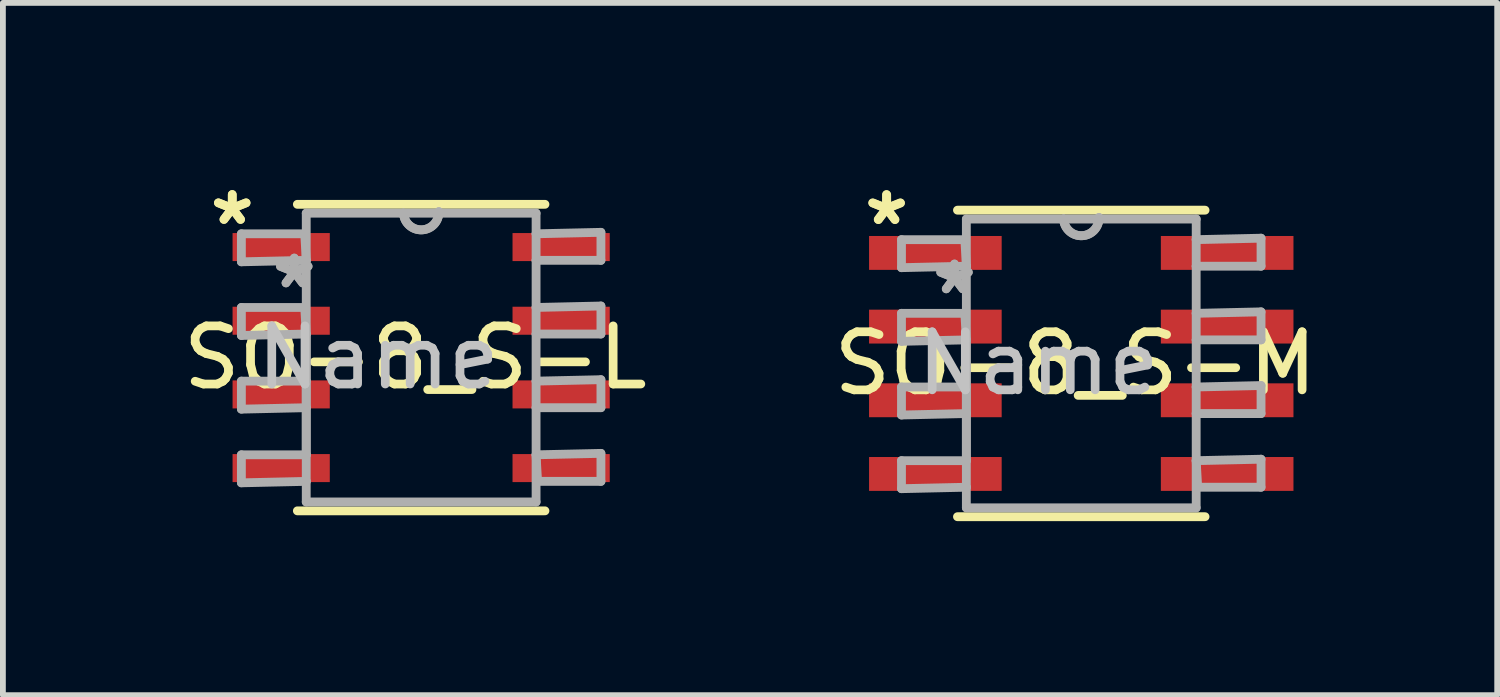
<source format=kicad_pcb>
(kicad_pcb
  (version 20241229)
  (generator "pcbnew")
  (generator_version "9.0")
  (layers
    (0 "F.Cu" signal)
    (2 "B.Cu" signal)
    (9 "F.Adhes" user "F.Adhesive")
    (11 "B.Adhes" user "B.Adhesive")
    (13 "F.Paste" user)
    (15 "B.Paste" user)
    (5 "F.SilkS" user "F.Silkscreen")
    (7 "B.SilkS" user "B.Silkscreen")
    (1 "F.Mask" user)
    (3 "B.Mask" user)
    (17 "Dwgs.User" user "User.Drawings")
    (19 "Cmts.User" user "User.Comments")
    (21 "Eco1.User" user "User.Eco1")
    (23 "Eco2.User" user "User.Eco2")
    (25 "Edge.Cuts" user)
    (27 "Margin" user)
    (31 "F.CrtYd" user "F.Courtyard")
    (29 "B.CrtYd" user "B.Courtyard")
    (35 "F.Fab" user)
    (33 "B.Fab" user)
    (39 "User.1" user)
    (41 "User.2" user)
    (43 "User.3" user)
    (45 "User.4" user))
  (footprint "SO-8_S-L"
    (layer "F.Cu")
    (at 4.21 3.114)
    (property "Reference" "SO-8_S-L" (at -0.102 -0.000001 0) (layer "F.SilkS") (effects (font (size 1.002 1.002) (thickness 0.15))))
    (attr smd)
    (fp_line (start -2.134 2.642) (end 2.134 2.642) (stroke (width 0.152) (type solid)) (layer "F.SilkS"))
    (fp_line (start 2.134 -2.642) (end -2.134 -2.642) (stroke (width 0.152) (type solid)) (layer "F.SilkS"))
    (fp_line (start -3.099 -2.134) (end -3.099 -1.651) (stroke (width 0.152) (type solid)) (layer "F.Fab"))
    (fp_line (start -3.099 -1.651) (end -1.981 -1.676) (stroke (width 0.152) (type solid)) (layer "F.Fab"))
    (fp_line (start -3.099 -0.864) (end -3.099 -0.381) (stroke (width 0.152) (type solid)) (layer "F.Fab"))
    (fp_line (start -3.099 -0.381) (end -1.981 -0.406) (stroke (width 0.152) (type solid)) (layer "F.Fab"))
    (fp_line (start -3.099 0.406) (end -3.099 0.889) (stroke (width 0.152) (type solid)) (layer "F.Fab"))
    (fp_line (start -3.099 0.889) (end -1.981 0.864) (stroke (width 0.152) (type solid)) (layer "F.Fab"))
    (fp_line (start -3.099 1.676) (end -3.099 2.159) (stroke (width 0.152) (type solid)) (layer "F.Fab"))
    (fp_line (start -3.099 2.159) (end -1.981 2.134) (stroke (width 0.152) (type solid)) (layer "F.Fab"))
    (fp_line (start -2.007 -2.134) (end -3.099 -2.134) (stroke (width 0.152) (type solid)) (layer "F.Fab"))
    (fp_line (start -2.007 -0.864) (end -3.099 -0.864) (stroke (width 0.152) (type solid)) (layer "F.Fab"))
    (fp_line (start -1.981 -2.489) (end -1.981 -1.676) (stroke (width 0.152) (type solid)) (layer "F.Fab"))
    (fp_line (start -1.981 -1.676) (end -2.007 -2.134) (stroke (width 0.152) (type solid)) (layer "F.Fab"))
    (fp_line (start -1.981 -1.676) (end -1.981 -0.406) (stroke (width 0.152) (type solid)) (layer "F.Fab"))
    (fp_line (start -1.981 -0.406) (end -2.007 -0.864) (stroke (width 0.152) (type solid)) (layer "F.Fab"))
    (fp_line (start -1.981 -0.406) (end -1.981 0.406) (stroke (width 0.152) (type solid)) (layer "F.Fab"))
    (fp_line (start -1.981 -0.406) (end -1.981 1.676) (stroke (width 0.152) (type solid)) (layer "F.Fab"))
    (fp_line (start -1.981 0.406) (end -3.099 0.406) (stroke (width 0.152) (type solid)) (layer "F.Fab"))
    (fp_line (start -1.981 0.864) (end -1.981 0.406) (stroke (width 0.152) (type solid)) (layer "F.Fab"))
    (fp_line (start -1.981 0.864) (end -1.981 1.676) (stroke (width 0.152) (type solid)) (layer "F.Fab"))
    (fp_line (start -1.981 1.676) (end -3.099 1.676) (stroke (width 0.152) (type solid)) (layer "F.Fab"))
    (fp_line (start -1.981 2.134) (end -1.981 1.676) (stroke (width 0.152) (type solid)) (layer "F.Fab"))
    (fp_line (start -1.981 2.134) (end -1.981 2.489) (stroke (width 0.152) (type solid)) (layer "F.Fab"))
    (fp_line (start -1.981 2.489) (end 1.981 2.489) (stroke (width 0.152) (type solid)) (layer "F.Fab"))
    (fp_line (start -0.305 -2.489) (end -1.981 -2.489) (stroke (width 0.152) (type solid)) (layer "F.Fab"))
    (fp_line (start 1.981 -2.489) (end -0.305 -2.489) (stroke (width 0.152) (type solid)) (layer "F.Fab"))
    (fp_line (start 1.981 -2.134) (end 1.981 -2.489) (stroke (width 0.152) (type solid)) (layer "F.Fab"))
    (fp_line (start 1.981 -2.134) (end 1.981 -1.676) (stroke (width 0.152) (type solid)) (layer "F.Fab"))
    (fp_line (start 1.981 -1.676) (end 3.099 -1.676) (stroke (width 0.152) (type solid)) (layer "F.Fab"))
    (fp_line (start 1.981 -0.864) (end 1.981 -1.676) (stroke (width 0.152) (type solid)) (layer "F.Fab"))
    (fp_line (start 1.981 -0.864) (end 1.981 -0.406) (stroke (width 0.152) (type solid)) (layer "F.Fab"))
    (fp_line (start 1.981 -0.406) (end 3.099 -0.406) (stroke (width 0.152) (type solid)) (layer "F.Fab"))
    (fp_line (start 1.981 0.406) (end 1.981 -0.406) (stroke (width 0.152) (type solid)) (layer "F.Fab"))
    (fp_line (start 1.981 0.406) (end 1.981 0.864) (stroke (width 0.152) (type solid)) (layer "F.Fab"))
    (fp_line (start 1.981 0.864) (end 3.099 0.864) (stroke (width 0.152) (type solid)) (layer "F.Fab"))
    (fp_line (start 1.981 1.676) (end 1.981 0.864) (stroke (width 0.152) (type solid)) (layer "F.Fab"))
    (fp_line (start 1.981 1.676) (end 2.007 2.134) (stroke (width 0.152) (type solid)) (layer "F.Fab"))
    (fp_line (start 1.981 2.489) (end 1.981 1.676) (stroke (width 0.152) (type solid)) (layer "F.Fab"))
    (fp_line (start 2.007 2.134) (end 3.099 2.134) (stroke (width 0.152) (type solid)) (layer "F.Fab"))
    (fp_line (start 3.099 -2.159) (end 1.981 -2.134) (stroke (width 0.152) (type solid)) (layer "F.Fab"))
    (fp_line (start 3.099 -1.676) (end 3.099 -2.159) (stroke (width 0.152) (type solid)) (layer "F.Fab"))
    (fp_line (start 3.099 -0.889) (end 1.981 -0.864) (stroke (width 0.152) (type solid)) (layer "F.Fab"))
    (fp_line (start 3.099 -0.406) (end 3.099 -0.889) (stroke (width 0.152) (type solid)) (layer "F.Fab"))
    (fp_line (start 3.099 0.381) (end 1.981 0.406) (stroke (width 0.152) (type solid)) (layer "F.Fab"))
    (fp_line (start 3.099 0.864) (end 3.099 0.381) (stroke (width 0.152) (type solid)) (layer "F.Fab"))
    (fp_line (start 3.099 1.651) (end 1.981 1.676) (stroke (width 0.152) (type solid)) (layer "F.Fab"))
    (fp_line (start 3.099 2.134) (end 3.099 1.651) (stroke (width 0.152) (type solid)) (layer "F.Fab"))
    (fp_arc (start 0.3048 -2.5146) (mid 0.0127 -2.1971) (end -0.3048 -2.4892) (stroke (width 0.1524) (type solid)) (layer "F.Fab"))
    (fp_arc (start 0.3048 -2.5146) (mid 0.0127 -2.1971) (end -0.3048 -2.4892) (stroke (width 0.1524) (type solid)) (layer "F.Fab"))
    (fp_text user "*" (at -3.256 -2.264 0) (layer "F.SilkS") (effects (font (size 1.002 1.002) (thickness 0.15))))
    (fp_text user "*" (at -3.257 -2.265 0) (layer "F.SilkS") (effects (font (size 1.002 1.002) (thickness 0.15))))
    (fp_text user "Name" (at -0.738 0.000001 0) (layer "Dwgs.User") (effects (font (size 1.002 1.002) (thickness 0.15))))
    (fp_text user "*" (at -2.187 -1.17 0) (layer "F.Fab") (effects (font (size 1.001 1.001) (thickness 0.15))))
    (fp_text user "*" (at -2.187 -1.17 0) (layer "F.Fab") (effects (font (size 1.001 1.001) (thickness 0.15))))
    (pad "1" smd rect (at -2.413 -1.905) (size 1.676 0.483) (layers "F.Cu" "F.Mask" "F.Paste"))
    (pad "2" smd rect (at -2.413 -0.635) (size 1.676 0.483) (layers "F.Cu" "F.Mask" "F.Paste"))
    (pad "3" smd rect (at -2.413 0.635) (size 1.676 0.483) (layers "F.Cu" "F.Mask" "F.Paste"))
    (pad "4" smd rect (at -2.413 1.905) (size 1.676 0.483) (layers "F.Cu" "F.Mask" "F.Paste"))
    (pad "5" smd rect (at 2.413 1.905) (size 1.676 0.483) (layers "F.Cu" "F.Mask" "F.Paste"))
    (pad "6" smd rect (at 2.413 0.635) (size 1.676 0.483) (layers "F.Cu" "F.Mask" "F.Paste"))
    (pad "7" smd rect (at 2.413 -0.635) (size 1.676 0.483) (layers "F.Cu" "F.Mask" "F.Paste"))
    (pad "8" smd rect (at 2.413 -1.905) (size 1.676 0.483) (layers "F.Cu" "F.Mask" "F.Paste")))
  (footprint "SO-8_S-M"
    (layer "F.Cu")
    (at 15.589 3.215)
    (property "Reference" "SO-8_S-M" (at -0.102 0.000001 0) (layer "F.SilkS") (effects (font (size 1.001 1.001) (thickness 0.15))))
    (attr smd)
    (fp_line (start -2.134 2.642) (end 2.134 2.642) (stroke (width 0.152) (type solid)) (layer "F.SilkS"))
    (fp_line (start 2.134 -2.642) (end -2.134 -2.642) (stroke (width 0.152) (type solid)) (layer "F.SilkS"))
    (fp_line (start -3.099 -2.134) (end -3.099 -1.651) (stroke (width 0.152) (type solid)) (layer "F.Fab"))
    (fp_line (start -3.099 -1.651) (end -1.981 -1.676) (stroke (width 0.152) (type solid)) (layer "F.Fab"))
    (fp_line (start -3.099 -0.864) (end -3.099 -0.381) (stroke (width 0.152) (type solid)) (layer "F.Fab"))
    (fp_line (start -3.099 -0.381) (end -1.981 -0.406) (stroke (width 0.152) (type solid)) (layer "F.Fab"))
    (fp_line (start -3.099 0.406) (end -3.099 0.889) (stroke (width 0.152) (type solid)) (layer "F.Fab"))
    (fp_line (start -3.099 0.889) (end -1.981 0.864) (stroke (width 0.152) (type solid)) (layer "F.Fab"))
    (fp_line (start -3.099 1.676) (end -3.099 2.159) (stroke (width 0.152) (type solid)) (layer "F.Fab"))
    (fp_line (start -3.099 2.159) (end -1.981 2.134) (stroke (width 0.152) (type solid)) (layer "F.Fab"))
    (fp_line (start -2.007 -2.134) (end -3.099 -2.134) (stroke (width 0.152) (type solid)) (layer "F.Fab"))
    (fp_line (start -2.007 -0.864) (end -3.099 -0.864) (stroke (width 0.152) (type solid)) (layer "F.Fab"))
    (fp_line (start -1.981 -2.489) (end -1.981 -1.676) (stroke (width 0.152) (type solid)) (layer "F.Fab"))
    (fp_line (start -1.981 -1.676) (end -2.007 -2.134) (stroke (width 0.152) (type solid)) (layer "F.Fab"))
    (fp_line (start -1.981 -1.676) (end -1.981 -0.406) (stroke (width 0.152) (type solid)) (layer "F.Fab"))
    (fp_line (start -1.981 -0.406) (end -2.007 -0.864) (stroke (width 0.152) (type solid)) (layer "F.Fab"))
    (fp_line (start -1.981 -0.406) (end -1.981 0.406) (stroke (width 0.152) (type solid)) (layer "F.Fab"))
    (fp_line (start -1.981 -0.406) (end -1.981 1.676) (stroke (width 0.152) (type solid)) (layer "F.Fab"))
    (fp_line (start -1.981 0.406) (end -3.099 0.406) (stroke (width 0.152) (type solid)) (layer "F.Fab"))
    (fp_line (start -1.981 0.864) (end -1.981 0.406) (stroke (width 0.152) (type solid)) (layer "F.Fab"))
    (fp_line (start -1.981 0.864) (end -1.981 1.676) (stroke (width 0.152) (type solid)) (layer "F.Fab"))
    (fp_line (start -1.981 1.676) (end -3.099 1.676) (stroke (width 0.152) (type solid)) (layer "F.Fab"))
    (fp_line (start -1.981 2.134) (end -1.981 1.676) (stroke (width 0.152) (type solid)) (layer "F.Fab"))
    (fp_line (start -1.981 2.134) (end -1.981 2.489) (stroke (width 0.152) (type solid)) (layer "F.Fab"))
    (fp_line (start -1.981 2.489) (end 1.981 2.489) (stroke (width 0.152) (type solid)) (layer "F.Fab"))
    (fp_line (start -0.305 -2.489) (end -1.981 -2.489) (stroke (width 0.152) (type solid)) (layer "F.Fab"))
    (fp_line (start 1.981 -2.489) (end -0.305 -2.489) (stroke (width 0.152) (type solid)) (layer "F.Fab"))
    (fp_line (start 1.981 -2.134) (end 1.981 -2.489) (stroke (width 0.152) (type solid)) (layer "F.Fab"))
    (fp_line (start 1.981 -2.134) (end 1.981 -1.676) (stroke (width 0.152) (type solid)) (layer "F.Fab"))
    (fp_line (start 1.981 -1.676) (end 3.099 -1.676) (stroke (width 0.152) (type solid)) (layer "F.Fab"))
    (fp_line (start 1.981 -0.864) (end 1.981 -1.676) (stroke (width 0.152) (type solid)) (layer "F.Fab"))
    (fp_line (start 1.981 -0.864) (end 1.981 -0.406) (stroke (width 0.152) (type solid)) (layer "F.Fab"))
    (fp_line (start 1.981 -0.406) (end 3.099 -0.406) (stroke (width 0.152) (type solid)) (layer "F.Fab"))
    (fp_line (start 1.981 0.406) (end 1.981 -0.406) (stroke (width 0.152) (type solid)) (layer "F.Fab"))
    (fp_line (start 1.981 0.406) (end 1.981 0.864) (stroke (width 0.152) (type solid)) (layer "F.Fab"))
    (fp_line (start 1.981 0.864) (end 3.099 0.864) (stroke (width 0.152) (type solid)) (layer "F.Fab"))
    (fp_line (start 1.981 1.676) (end 1.981 0.864) (stroke (width 0.152) (type solid)) (layer "F.Fab"))
    (fp_line (start 1.981 1.676) (end 2.007 2.134) (stroke (width 0.152) (type solid)) (layer "F.Fab"))
    (fp_line (start 1.981 2.489) (end 1.981 1.676) (stroke (width 0.152) (type solid)) (layer "F.Fab"))
    (fp_line (start 2.007 2.134) (end 3.099 2.134) (stroke (width 0.152) (type solid)) (layer "F.Fab"))
    (fp_line (start 3.099 -2.159) (end 1.981 -2.134) (stroke (width 0.152) (type solid)) (layer "F.Fab"))
    (fp_line (start 3.099 -1.676) (end 3.099 -2.159) (stroke (width 0.152) (type solid)) (layer "F.Fab"))
    (fp_line (start 3.099 -0.889) (end 1.981 -0.864) (stroke (width 0.152) (type solid)) (layer "F.Fab"))
    (fp_line (start 3.099 -0.406) (end 3.099 -0.889) (stroke (width 0.152) (type solid)) (layer "F.Fab"))
    (fp_line (start 3.099 0.381) (end 1.981 0.406) (stroke (width 0.152) (type solid)) (layer "F.Fab"))
    (fp_line (start 3.099 0.864) (end 3.099 0.381) (stroke (width 0.152) (type solid)) (layer "F.Fab"))
    (fp_line (start 3.099 1.651) (end 1.981 1.676) (stroke (width 0.152) (type solid)) (layer "F.Fab"))
    (fp_line (start 3.099 2.134) (end 3.099 1.651) (stroke (width 0.152) (type solid)) (layer "F.Fab"))
    (fp_arc (start 0.3048 -2.5146) (mid 0.0127 -2.1971) (end -0.3048 -2.4892) (stroke (width 0.1524) (type solid)) (layer "F.Fab"))
    (fp_arc (start 0.3048 -2.5146) (mid 0.0127 -2.1971) (end -0.3048 -2.4892) (stroke (width 0.1524) (type solid)) (layer "F.Fab"))
    (fp_text user "*" (at -3.353 -2.362 0) (layer "F.SilkS") (effects (font (size 1 1) (thickness 0.15))))
    (fp_text user "*" (at -3.358 -2.366 0) (layer "F.SilkS") (effects (font (size 1.002 1.002) (thickness 0.15))))
    (fp_text user "Name" (at -0.737 -0.000001 0) (layer "Dwgs.User") (effects (font (size 1 1) (thickness 0.15))))
    (fp_text user "*" (at -2.185 -1.169 0) (layer "F.Fab") (effects (font (size 1 1) (thickness 0.15))))
    (fp_text user "*" (at -2.185 -1.169 0) (layer "F.Fab") (effects (font (size 1 1) (thickness 0.15))))
    (pad "1" smd rect (at -2.515 -1.905) (size 2.286 0.584) (layers "F.Cu" "F.Mask" "F.Paste"))
    (pad "2" smd rect (at -2.515 -0.635) (size 2.286 0.584) (layers "F.Cu" "F.Mask" "F.Paste"))
    (pad "3" smd rect (at -2.515 0.635) (size 2.286 0.584) (layers "F.Cu" "F.Mask" "F.Paste"))
    (pad "4" smd rect (at -2.515 1.905) (size 2.286 0.584) (layers "F.Cu" "F.Mask" "F.Paste"))
    (pad "5" smd rect (at 2.515 1.905) (size 2.286 0.584) (layers "F.Cu" "F.Mask" "F.Paste"))
    (pad "6" smd rect (at 2.515 0.635) (size 2.286 0.584) (layers "F.Cu" "F.Mask" "F.Paste"))
    (pad "7" smd rect (at 2.515 -0.635) (size 2.286 0.584) (layers "F.Cu" "F.Mask" "F.Paste"))
    (pad "8" smd rect (at 2.515 -1.905) (size 2.286 0.584) (layers "F.Cu" "F.Mask" "F.Paste")))
  (gr_rect
    (start -3 -3)
    (end 22.759 8.933)
    (stroke (width 0.1) (type default))
    (fill no)
    (layer "Edge.Cuts")))
</source>
